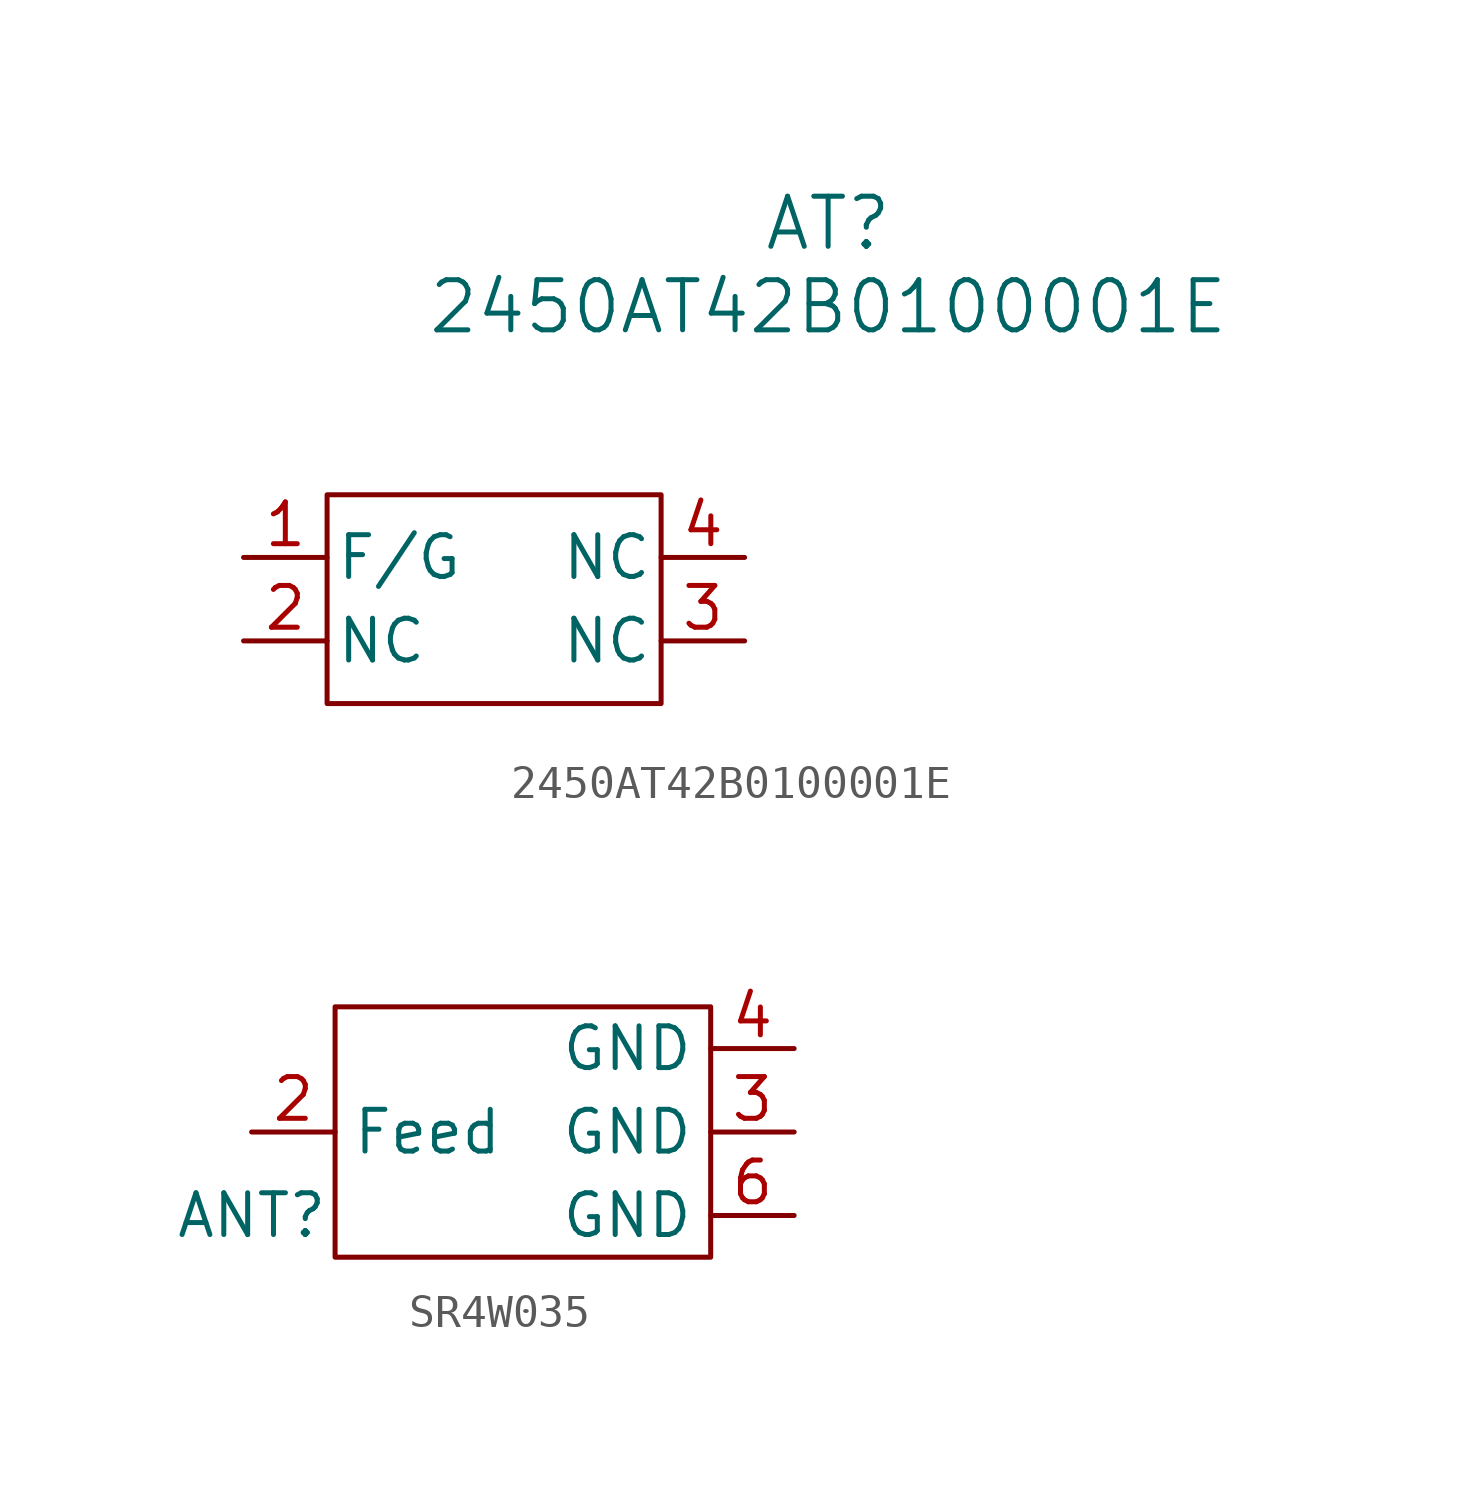
<source format=kicad_sym>
(kicad_symbol_lib
  (version 20231120)
  (generator "kicad_symbol_editor")
  (generator_version "8.0")
  (symbol "2450AT42B0100001E"
    (pin_names
      (offset 0.254))
    (property "Reference" "AT"
      (at 10.16 11.43 0)
      (effects (font (size 1.524 1.524))))
    (property "Value" "2450AT42B0100001E"
      (at 10.16 8.89 0)
      (effects (font (size 1.524 1.524))))
    (symbol "2450AT42B0100001E_1_1"
      (rectangle (start -5.08 3.175) (end 5.08 -3.175) (stroke (width 0) (type default)) (fill (type none)))
      (pin unspecified line (at -7.62 1.27 0) (length 2.54) (name "F/G" (effects (font (size 1.27 1.27)))) (number "1" (effects (font (size 1.27 1.27)))))
      (pin power_out line (at -7.62 -1.27 0) (length 2.54) (name "NC" (effects (font (size 1.27 1.27)))) (number "2" (effects (font (size 1.27 1.27)))))
      (pin power_out line (at 7.62 -1.27 180) (length 2.54) (name "NC" (effects (font (size 1.27 1.27)))) (number "3" (effects (font (size 1.27 1.27)))))
      (pin unspecified line (at 7.62 1.27 180) (length 2.54) (name "NC" (effects (font (size 1.27 1.27)))) (number "4" (effects (font (size 1.27 1.27)))))))
  (symbol "SR4W035"
    (property "Reference" "ANT"
      (at -8.89 -2.54 0)
      (effects (font (size 1.27 1.27))))
    (property "Value" ""
      (at -8.89 -2.54 0)
      (effects (font (size 1.27 1.27))))
    (symbol "SR4W035_0_1"
      (rectangle (start -6.35 3.81) (end 5.08 -3.81) (stroke (width 0) (type default)) (fill (type none))))
    (symbol "SR4W035_1_1"
      (pin input line (at -8.89 0 0) (length 2.54) (name "Feed" (effects (font (size 1.27 1.27)))) (number "2" (effects (font (size 1.27 1.27)))))
      (pin input line (at 7.62 0 180) (length 2.54) (name "GND" (effects (font (size 1.27 1.27)))) (number "3" (effects (font (size 1.27 1.27)))))
      (pin input line (at 7.62 2.54 180) (length 2.54) (name "GND" (effects (font (size 1.27 1.27)))) (number "4" (effects (font (size 1.27 1.27)))))
      (pin input line (at 7.62 -2.54 180) (length 2.54) (name "GND" (effects (font (size 1.27 1.27)))) (number "6" (effects (font (size 1.27 1.27))))))))
</source>
